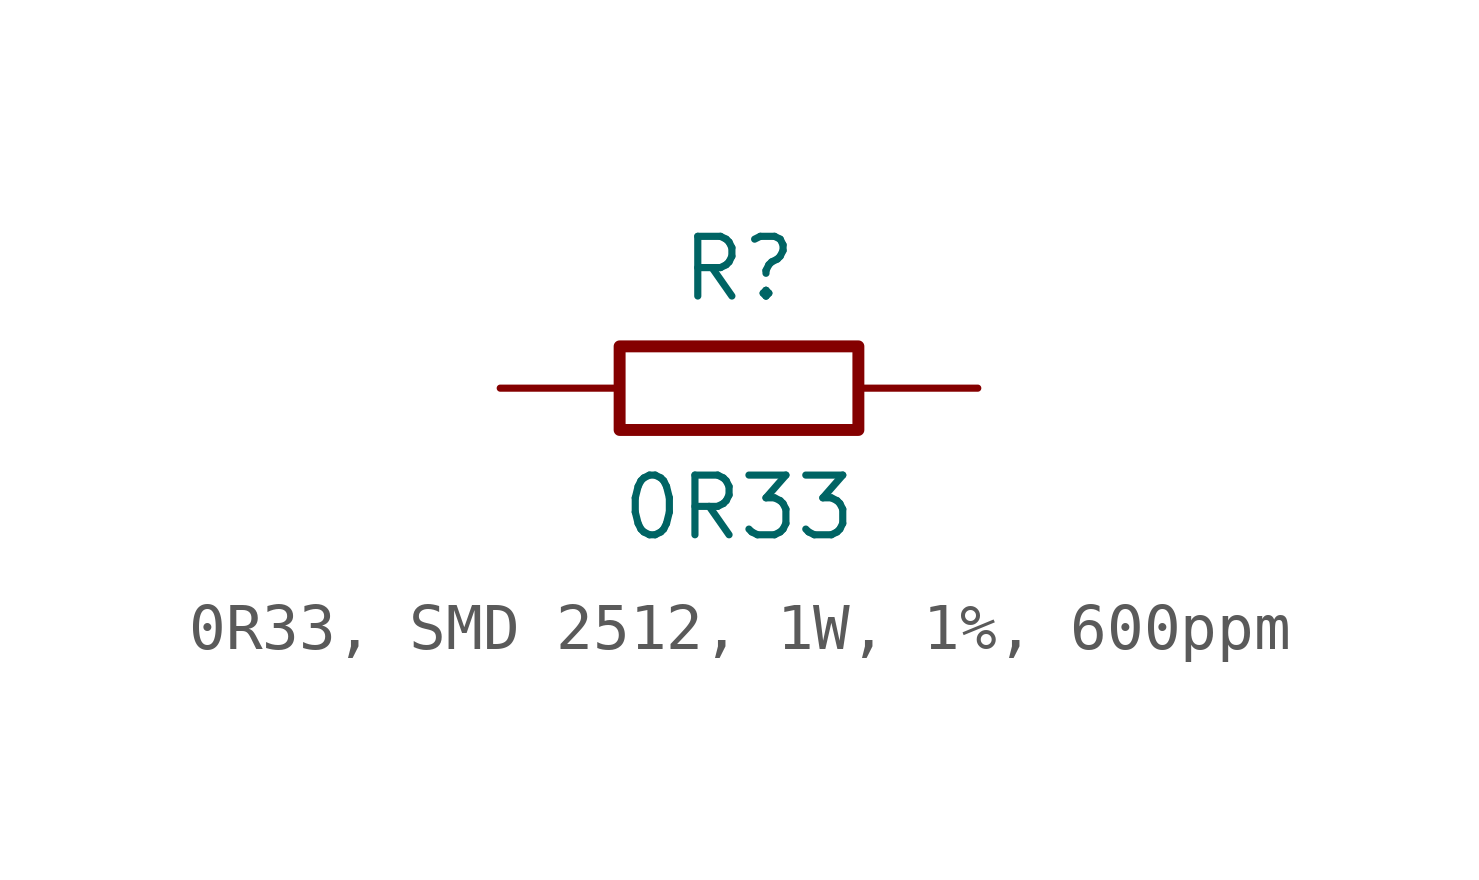
<source format=kicad_sym>
(kicad_symbol_lib
  (version 20220914)
  (generator kicad_symbol_editor)
  (symbol "0R33, SMD 2512, 1W, 1%, 600ppm"
    (pin_numbers hide)
    (pin_names
      (offset 0) hide)
    (property "Reference" "R"
      (at 0 2.54 0)
      (effects (font (size 1.27 1.27))))
    (property "Value" "0R33"
      (at 0 -2.54 0)
      (effects (font (size 1.27 1.27))))
    (symbol "0R33, SMD 2512, 1W, 1%, 600ppm_0_1"
      (rectangle (start -2.54 0.889) (end 2.54 -0.889) (stroke (width 0.254) (type default)) (fill (type none))))
    (symbol "0R33, SMD 2512, 1W, 1%, 600ppm_1_1"
      (pin passive line (at -5.08 0 0) (length 2.54) (name "1" (effects (font (size 1.27 1.27)))) (number "1" (effects (font (size 1.27 1.27)))))
      (pin passive line (at 5.08 0 180) (length 2.54) (name "2" (effects (font (size 1.27 1.27)))) (number "2" (effects (font (size 1.27 1.27))))))))
</source>
